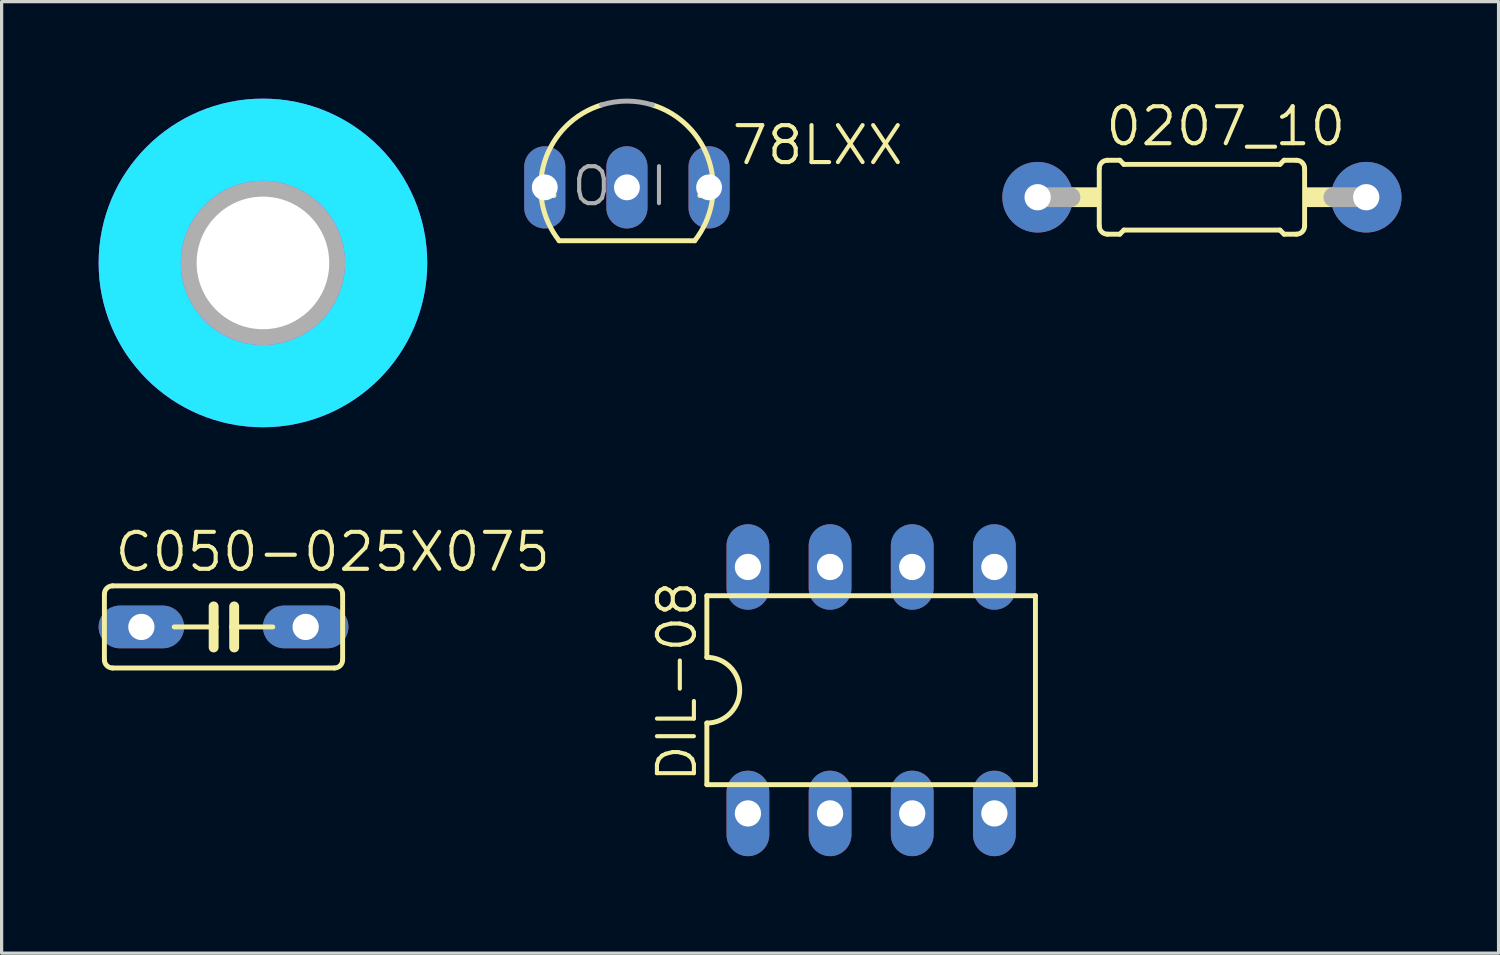
<source format=kicad_pcb>
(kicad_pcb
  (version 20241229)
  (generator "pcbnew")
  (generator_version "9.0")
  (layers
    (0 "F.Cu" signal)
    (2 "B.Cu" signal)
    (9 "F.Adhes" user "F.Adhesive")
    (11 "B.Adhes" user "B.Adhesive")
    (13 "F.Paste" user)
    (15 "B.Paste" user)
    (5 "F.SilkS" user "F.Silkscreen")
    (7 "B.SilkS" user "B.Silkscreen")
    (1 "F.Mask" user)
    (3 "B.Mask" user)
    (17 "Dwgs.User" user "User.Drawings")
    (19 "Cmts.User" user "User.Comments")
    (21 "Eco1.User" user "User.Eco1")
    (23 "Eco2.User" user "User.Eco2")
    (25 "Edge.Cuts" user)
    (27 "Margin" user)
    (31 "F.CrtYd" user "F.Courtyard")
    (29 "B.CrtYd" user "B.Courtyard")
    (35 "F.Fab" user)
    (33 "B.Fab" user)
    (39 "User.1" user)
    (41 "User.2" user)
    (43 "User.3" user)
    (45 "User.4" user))
  (footprint "78LXX"
    (layer "F.Cu")
    (at 16.335 2.743)
    (property "Reference" "78LXX" (at 3.175 -0.635 0) (layer "F.SilkS") (effects (font (size 1.143 1.143) (thickness 0.127)) (justify left bottom)))
    (fp_line (start -2.655 0.254) (end -2.254 0.254) (stroke (width 0.152) (type solid)) (layer "F.SilkS"))
    (fp_line (start -2.095 1.651) (end 2.095 1.651) (stroke (width 0.152) (type solid)) (layer "F.SilkS"))
    (fp_line (start 2.254 0.254) (end 2.655 0.254) (stroke (width 0.152) (type solid)) (layer "F.SilkS"))
    (fp_arc (start -2.0946 1.651) (mid -2.54634 -0.793276) (end -0.786301 -2.548501) (stroke (width 0.1524) (type solid)) (layer "F.SilkS"))
    (fp_arc (start 0.7868 -2.5484) (mid 2.54677 -0.793202) (end 2.095 1.650999) (stroke (width 0.1524) (type solid)) (layer "F.SilkS"))
    (fp_arc (start -0.7863 -2.5485) (mid 0 -2.667043) (end 0.7863 -2.5485) (stroke (width 0.1524) (type solid)) (layer "F.Fab"))
    (fp_text user "O" (at -1.778 0.635 0) (layer "F.Fab") (effects (font (size 1.143 1.143) (thickness 0.127)) (justify left bottom)))
    (fp_text user "I" (at 0.635 0.635 0) (layer "F.Fab") (effects (font (size 1.143 1.143) (thickness 0.127)) (justify left bottom)))
    (pad "GND" thru_hole oval (at 0 0 90) (size 2.54 1.27) (drill 0.8) (layers "*.Cu" "*.Mask"))
    (pad "IN" thru_hole oval (at 2.54 0 90) (size 2.54 1.27) (drill 0.8) (layers "*.Cu" "*.Mask"))
    (pad "OUT" thru_hole oval (at -2.54 0 90) (size 2.54 1.27) (drill 0.8) (layers "*.Cu" "*.Mask")))
  (footprint "C050-025X075"
    (layer "F.Cu")
    (at 3.861 16.335)
    (property "Reference" "C050-025X075" (at -3.429 -1.651 0) (layer "F.SilkS") (effects (font (size 1.143 1.143) (thickness 0.127)) (justify left bottom)))
    (fp_line (start -3.683 -1.016) (end -3.683 1.016) (stroke (width 0.152) (type solid)) (layer "F.SilkS"))
    (fp_line (start -3.429 1.27) (end 3.429 1.27) (stroke (width 0.152) (type solid)) (layer "F.SilkS"))
    (fp_line (start -0.305 -0.635) (end -0.305 0) (stroke (width 0.305) (type solid)) (layer "F.SilkS"))
    (fp_line (start -0.305 0) (end -1.524 0) (stroke (width 0.152) (type solid)) (layer "F.SilkS"))
    (fp_line (start -0.305 0) (end -0.305 0.635) (stroke (width 0.305) (type solid)) (layer "F.SilkS"))
    (fp_line (start 0.33 -0.635) (end 0.33 0) (stroke (width 0.305) (type solid)) (layer "F.SilkS"))
    (fp_line (start 0.33 0) (end 0.33 0.635) (stroke (width 0.305) (type solid)) (layer "F.SilkS"))
    (fp_line (start 0.33 0) (end 1.524 0) (stroke (width 0.152) (type solid)) (layer "F.SilkS"))
    (fp_line (start 3.429 -1.27) (end -3.429 -1.27) (stroke (width 0.152) (type solid)) (layer "F.SilkS"))
    (fp_line (start 3.683 1.016) (end 3.683 -1.016) (stroke (width 0.152) (type solid)) (layer "F.SilkS"))
    (fp_arc (start -3.683 -1.016) (mid -3.608605 -1.195605) (end -3.429 -1.27) (stroke (width 0.1524) (type solid)) (layer "F.SilkS"))
    (fp_arc (start -3.429 1.27) (mid -3.608605 1.195605) (end -3.683 1.016) (stroke (width 0.1524) (type solid)) (layer "F.SilkS"))
    (fp_arc (start 3.429 -1.27) (mid 3.608605 -1.195605) (end 3.683 -1.016) (stroke (width 0.1524) (type solid)) (layer "F.SilkS"))
    (fp_arc (start 3.683 1.016) (mid 3.608605 1.195605) (end 3.429 1.27) (stroke (width 0.1524) (type solid)) (layer "F.SilkS"))
    (pad "1" thru_hole oval (at -2.54 0) (size 2.642 1.321) (drill 0.813) (layers "*.Cu" "*.Mask"))
    (pad "2" thru_hole oval (at 2.54 0) (size 2.642 1.321) (drill 0.813) (layers "*.Cu" "*.Mask")))
  (footprint "DIL-08"
    (layer "F.Cu")
    (at 23.886 18.291)
    (property "Reference" "DIL-08" (at -5.334 2.921 90) (layer "F.SilkS") (effects (font (size 1.143 1.143) (thickness 0.127)) (justify left bottom)))
    (fp_line (start -5.08 -2.921) (end -5.08 -1.016) (stroke (width 0.152) (type solid)) (layer "F.SilkS"))
    (fp_line (start -5.08 2.921) (end -5.08 1.016) (stroke (width 0.152) (type solid)) (layer "F.SilkS"))
    (fp_line (start -5.08 2.921) (end 5.08 2.921) (stroke (width 0.152) (type solid)) (layer "F.SilkS"))
    (fp_line (start 5.08 -2.921) (end -5.08 -2.921) (stroke (width 0.152) (type solid)) (layer "F.SilkS"))
    (fp_line (start 5.08 -2.921) (end 5.08 2.921) (stroke (width 0.152) (type solid)) (layer "F.SilkS"))
    (fp_arc (start -5.08 -1.016) (mid -4.064 0) (end -5.08 1.016) (stroke (width 0.1524) (type solid)) (layer "F.SilkS"))
    (pad "1" thru_hole oval (at -3.81 3.81 90) (size 2.642 1.321) (drill 0.813) (layers "*.Cu" "*.Mask"))
    (pad "2" thru_hole oval (at -1.27 3.81 90) (size 2.642 1.321) (drill 0.813) (layers "*.Cu" "*.Mask"))
    (pad "3" thru_hole oval (at 1.27 3.81 90) (size 2.642 1.321) (drill 0.813) (layers "*.Cu" "*.Mask"))
    (pad "4" thru_hole oval (at 3.81 3.81 90) (size 2.642 1.321) (drill 0.813) (layers "*.Cu" "*.Mask"))
    (pad "5" thru_hole oval (at 3.81 -3.81 90) (size 2.642 1.321) (drill 0.813) (layers "*.Cu" "*.Mask"))
    (pad "6" thru_hole oval (at 1.27 -3.81 90) (size 2.642 1.321) (drill 0.813) (layers "*.Cu" "*.Mask"))
    (pad "7" thru_hole oval (at -1.27 -3.81 90) (size 2.642 1.321) (drill 0.813) (layers "*.Cu" "*.Mask"))
    (pad "8" thru_hole oval (at -3.81 -3.81 90) (size 2.642 1.321) (drill 0.813) (layers "*.Cu" "*.Mask")))
  (footprint "0207_10"
    (layer "F.Cu")
    (at 34.114 3.048)
    (property "Reference" "0207_10" (at -3.048 -1.524 0) (layer "F.SilkS") (effects (font (size 1.143 1.143) (thickness 0.127)) (justify left bottom)))
    (fp_line (start -3.175 0.889) (end -3.175 -0.889) (stroke (width 0.152) (type solid)) (layer "F.SilkS"))
    (fp_line (start -2.921 -1.143) (end -2.54 -1.143) (stroke (width 0.152) (type solid)) (layer "F.SilkS"))
    (fp_line (start -2.921 1.143) (end -2.54 1.143) (stroke (width 0.152) (type solid)) (layer "F.SilkS"))
    (fp_line (start -2.413 -1.016) (end -2.54 -1.143) (stroke (width 0.152) (type solid)) (layer "F.SilkS"))
    (fp_line (start -2.413 1.016) (end -2.54 1.143) (stroke (width 0.152) (type solid)) (layer "F.SilkS"))
    (fp_line (start 2.413 -1.016) (end -2.413 -1.016) (stroke (width 0.152) (type solid)) (layer "F.SilkS"))
    (fp_line (start 2.413 -1.016) (end 2.54 -1.143) (stroke (width 0.152) (type solid)) (layer "F.SilkS"))
    (fp_line (start 2.413 1.016) (end -2.413 1.016) (stroke (width 0.152) (type solid)) (layer "F.SilkS"))
    (fp_line (start 2.413 1.016) (end 2.54 1.143) (stroke (width 0.152) (type solid)) (layer "F.SilkS"))
    (fp_line (start 2.921 -1.143) (end 2.54 -1.143) (stroke (width 0.152) (type solid)) (layer "F.SilkS"))
    (fp_line (start 2.921 1.143) (end 2.54 1.143) (stroke (width 0.152) (type solid)) (layer "F.SilkS"))
    (fp_line (start 3.175 0.889) (end 3.175 -0.889) (stroke (width 0.152) (type solid)) (layer "F.SilkS"))
    (fp_arc (start -3.175 -0.889) (mid -3.100605 -1.068605) (end -2.921 -1.143) (stroke (width 0.1524) (type solid)) (layer "F.SilkS"))
    (fp_arc (start -2.921 1.143) (mid -3.100605 1.068605) (end -3.175 0.889) (stroke (width 0.1524) (type solid)) (layer "F.SilkS"))
    (fp_arc (start 2.921 -1.143) (mid 3.100605 -1.068605) (end 3.175 -0.889) (stroke (width 0.1524) (type solid)) (layer "F.SilkS"))
    (fp_arc (start 3.175 0.889) (mid 3.100605 1.068605) (end 2.921 1.143) (stroke (width 0.1524) (type solid)) (layer "F.SilkS"))
    (fp_poly (pts (xy -4.039 0.305) (xy -3.175 0.305) (xy -3.175 -0.305) (xy -4.039 -0.305)) (stroke (width 0) (type solid)) (fill yes) (layer "F.SilkS"))
    (fp_poly (pts (xy 3.175 0.305) (xy 4.039 0.305) (xy 4.039 -0.305) (xy 3.175 -0.305)) (stroke (width 0) (type solid)) (fill yes) (layer "F.SilkS"))
    (fp_line (start -5.08 0) (end -4.064 0) (stroke (width 0.61) (type solid)) (layer "F.Fab"))
    (fp_line (start 5.08 0) (end 4.064 0) (stroke (width 0.61) (type solid)) (layer "F.Fab"))
    (pad "1" thru_hole circle (at -5.08 0 270) (size 2.184 2.184) (drill 0.813) (layers "*.Cu" "*.Mask"))
    (pad "2" thru_hole circle (at 5.08 0 90) (size 2.184 2.184) (drill 0.813) (layers "*.Cu" "*.Mask")))
  (footprint "4,1"
    (layer "F.Cu")
    (at 5.08 5.08)
    (property "Reference" "4,1" (at 0 0 0) (layer "F.SilkS") (effects (font (size 1.27 1.27) (thickness 0.15))))
    (fp_circle (center 0 0) (end 2.15 0) (stroke (width 0.152) (type solid)) (fill no) (layer "F.SilkS"))
    (fp_circle (center 0 0) (end 4.496 0) (stroke (width 0.152) (type solid)) (fill no) (layer "F.SilkS"))
    (fp_circle (center 0 0) (end 3.81 0) (stroke (width 2.54) (type solid)) (fill no) (layer "B.CrtYd"))
    (fp_circle (center 0 0) (end 3.81 0) (stroke (width 2.54) (type solid)) (fill no) (layer "F.CrtYd"))
    (fp_arc (start 0 -2.54) (mid 1.796051 -1.796051) (end 2.54 0) (stroke (width 3.9116) (type solid)) (layer "F.Fab"))
    (fp_arc (start 0 2.54) (mid -1.796051 1.796051) (end -2.54 0) (stroke (width 3.9116) (type solid)) (layer "F.Fab"))
    (fp_circle (center 0 0) (end 0.762 0) (stroke (width 0.457) (type solid)) (fill no) (layer "F.Fab"))
    (pad "" np_thru_hole circle (at 0 0) (size 4.1 4.1) (drill 4.1) (layers "*.Cu" "*.Mask"))
    (zone (net_name "") (layer "F.Cu") (hatch edge 0.508) (connect_pads) (min_thickness 0.254) (filled_areas_thickness no) (keepout (tracks not_allowed) (vias not_allowed) (pads not_allowed) (copperpour not_allowed) (footprints allowed)) (placement (enabled no)) (fill) (polygon (pts (xy 10.16 5.08) (xy 10.083 4.198) (xy 9.854 3.343) (xy 9.479 2.54) (xy 8.972 1.815) (xy 8.345 1.188) (xy 7.62 0.681) (xy 6.817 0.306) (xy 5.962 0.077) (xy 5.08 0) (xy 4.198 0.077) (xy 3.343 0.306) (xy 2.54 0.681) (xy 1.815 1.188) (xy 1.188 1.815) (xy 0.681 2.54) (xy 0.306 3.343) (xy 0.077 4.198) (xy 0 5.08) (xy 0.077 5.962) (xy 0.306 6.817) (xy 0.681 7.62) (xy 1.188 8.345) (xy 1.815 8.972) (xy 2.54 9.479) (xy 3.343 9.854) (xy 4.198 10.083) (xy 5.08 10.16) (xy 5.962 10.083) (xy 6.817 9.854) (xy 7.62 9.479) (xy 8.345 8.972) (xy 8.972 8.345) (xy 9.479 7.62) (xy 9.854 6.817) (xy 10.083 5.962))) (polygon (pts (xy 7.62 5.08) (xy 7.581 4.639) (xy 7.467 4.211) (xy 7.28 3.81) (xy 7.026 3.447) (xy 6.713 3.134) (xy 6.35 2.88) (xy 5.949 2.693) (xy 5.521 2.579) (xy 5.08 2.54) (xy 4.639 2.579) (xy 4.211 2.693) (xy 3.81 2.88) (xy 3.447 3.134) (xy 3.134 3.447) (xy 2.88 3.81) (xy 2.693 4.211) (xy 2.579 4.639) (xy 2.54 5.08) (xy 2.579 5.521) (xy 2.693 5.949) (xy 2.88 6.35) (xy 3.134 6.713) (xy 3.447 7.026) (xy 3.81 7.28) (xy 4.211 7.467) (xy 4.639 7.581) (xy 5.08 7.62) (xy 5.521 7.581) (xy 5.949 7.467) (xy 6.35 7.28) (xy 6.713 7.026) (xy 7.026 6.713) (xy 7.28 6.35) (xy 7.467 5.949) (xy 7.581 5.521))))
    (zone (net_name "") (layers "F.Cu" "B.Cu") (hatch edge 0.508) (connect_pads) (min_thickness 0.254) (filled_areas_thickness no) (keepout (tracks allowed) (vias not_allowed) (pads allowed) (copperpour allowed) (footprints allowed)) (placement (enabled no)) (fill) (polygon (pts (xy 10.16 5.08) (xy 10.083 4.198) (xy 9.854 3.343) (xy 9.479 2.54) (xy 8.972 1.815) (xy 8.345 1.188) (xy 7.62 0.681) (xy 6.817 0.306) (xy 5.962 0.077) (xy 5.08 0) (xy 4.198 0.077) (xy 3.343 0.306) (xy 2.54 0.681) (xy 1.815 1.188) (xy 1.188 1.815) (xy 0.681 2.54) (xy 0.306 3.343) (xy 0.077 4.198) (xy 0 5.08) (xy 0.077 5.962) (xy 0.306 6.817) (xy 0.681 7.62) (xy 1.188 8.345) (xy 1.815 8.972) (xy 2.54 9.479) (xy 3.343 9.854) (xy 4.198 10.083) (xy 5.08 10.16) (xy 5.962 10.083) (xy 6.817 9.854) (xy 7.62 9.479) (xy 8.345 8.972) (xy 8.972 8.345) (xy 9.479 7.62) (xy 9.854 6.817) (xy 10.083 5.962))) (polygon (pts (xy 7.62 5.08) (xy 7.581 4.639) (xy 7.467 4.211) (xy 7.28 3.81) (xy 7.026 3.447) (xy 6.713 3.134) (xy 6.35 2.88) (xy 5.949 2.693) (xy 5.521 2.579) (xy 5.08 2.54) (xy 4.639 2.579) (xy 4.211 2.693) (xy 3.81 2.88) (xy 3.447 3.134) (xy 3.134 3.447) (xy 2.88 3.81) (xy 2.693 4.211) (xy 2.579 4.639) (xy 2.54 5.08) (xy 2.579 5.521) (xy 2.693 5.949) (xy 2.88 6.35) (xy 3.134 6.713) (xy 3.447 7.026) (xy 3.81 7.28) (xy 4.211 7.467) (xy 4.639 7.581) (xy 5.08 7.62) (xy 5.521 7.581) (xy 5.949 7.467) (xy 6.35 7.28) (xy 6.713 7.026) (xy 7.026 6.713) (xy 7.28 6.35) (xy 7.467 5.949) (xy 7.581 5.521))))
    (zone (net_name "") (layer "B.Cu") (hatch edge 0.508) (connect_pads) (min_thickness 0.254) (filled_areas_thickness no) (keepout (tracks not_allowed) (vias not_allowed) (pads not_allowed) (copperpour not_allowed) (footprints allowed)) (placement (enabled no)) (fill) (polygon (pts (xy 10.16 5.08) (xy 10.083 4.198) (xy 9.854 3.343) (xy 9.479 2.54) (xy 8.972 1.815) (xy 8.345 1.188) (xy 7.62 0.681) (xy 6.817 0.306) (xy 5.962 0.077) (xy 5.08 0) (xy 4.198 0.077) (xy 3.343 0.306) (xy 2.54 0.681) (xy 1.815 1.188) (xy 1.188 1.815) (xy 0.681 2.54) (xy 0.306 3.343) (xy 0.077 4.198) (xy 0 5.08) (xy 0.077 5.962) (xy 0.306 6.817) (xy 0.681 7.62) (xy 1.188 8.345) (xy 1.815 8.972) (xy 2.54 9.479) (xy 3.343 9.854) (xy 4.198 10.083) (xy 5.08 10.16) (xy 5.962 10.083) (xy 6.817 9.854) (xy 7.62 9.479) (xy 8.345 8.972) (xy 8.972 8.345) (xy 9.479 7.62) (xy 9.854 6.817) (xy 10.083 5.962))) (polygon (pts (xy 7.62 5.08) (xy 7.581 4.639) (xy 7.467 4.211) (xy 7.28 3.81) (xy 7.026 3.447) (xy 6.713 3.134) (xy 6.35 2.88) (xy 5.949 2.693) (xy 5.521 2.579) (xy 5.08 2.54) (xy 4.639 2.579) (xy 4.211 2.693) (xy 3.81 2.88) (xy 3.447 3.134) (xy 3.134 3.447) (xy 2.88 3.81) (xy 2.693 4.211) (xy 2.579 4.639) (xy 2.54 5.08) (xy 2.579 5.521) (xy 2.693 5.949) (xy 2.88 6.35) (xy 3.134 6.713) (xy 3.447 7.026) (xy 3.81 7.28) (xy 4.211 7.467) (xy 4.639 7.581) (xy 5.08 7.62) (xy 5.521 7.581) (xy 5.949 7.467) (xy 6.35 7.28) (xy 6.713 7.026) (xy 7.026 6.713) (xy 7.28 6.35) (xy 7.467 5.949) (xy 7.581 5.521)))))
  (gr_rect
    (start -3 -3)
    (end 43.286 26.422)
    (stroke (width 0.1) (type default))
    (fill no)
    (layer "Edge.Cuts")))
</source>
